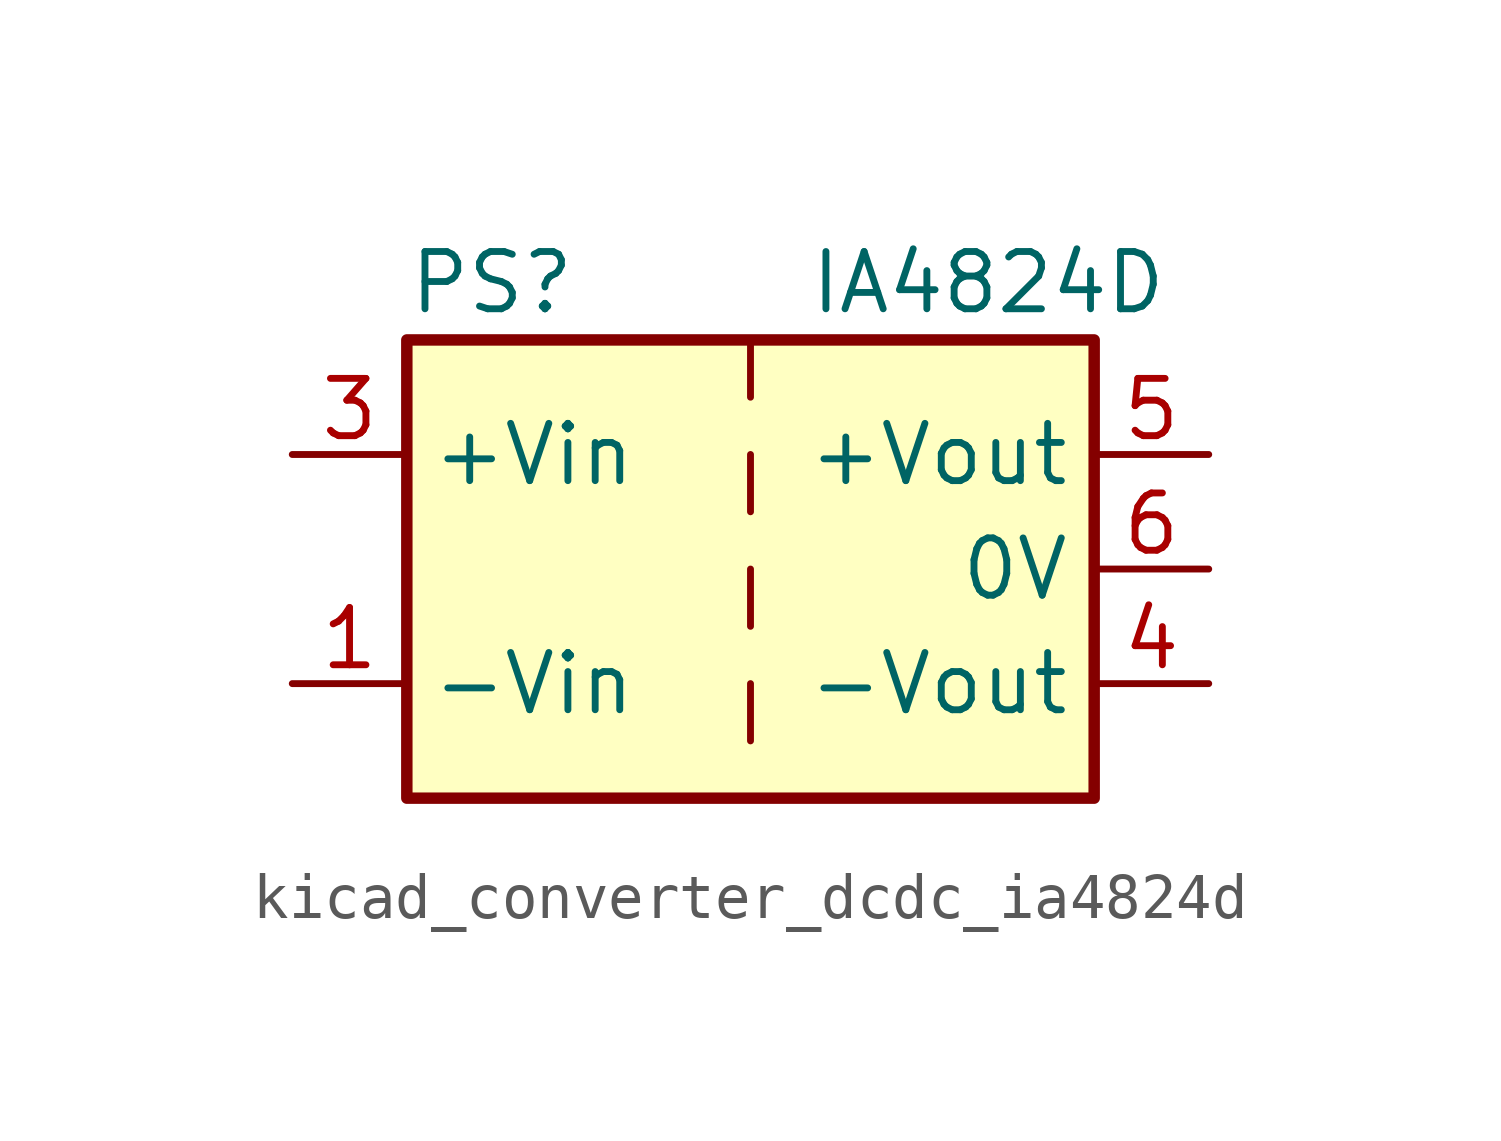
<source format=kicad_sym>
(kicad_symbol_lib
  (version 20220914)
  (generator kicad_symbol_editor)
  (symbol "kicad_converter_dcdc_ia4824d"
    (property "Reference" "PS"
      (at -7.62 6.35 0)
      (effects (font (size 1.27 1.27)) (justify left)))
    (property "Value" "IA4824D"
      (at 1.27 6.35 0)
      (effects (font (size 1.27 1.27)) (justify left)))
    (symbol "kicad_converter_dcdc_ia4824d_0_0"
      (pin power_in line (at -10.16 -2.54 0) (length 2.54) (name "-Vin" (effects (font (size 1.27 1.27)))) (number "1" (effects (font (size 1.27 1.27)))))
      (pin power_in line (at -10.16 2.54 0) (length 2.54) (name "+Vin" (effects (font (size 1.27 1.27)))) (number "3" (effects (font (size 1.27 1.27)))))
      (pin power_out line (at 10.16 -2.54 180) (length 2.54) (name "-Vout" (effects (font (size 1.27 1.27)))) (number "4" (effects (font (size 1.27 1.27)))))
      (pin power_out line (at 10.16 2.54 180) (length 2.54) (name "+Vout" (effects (font (size 1.27 1.27)))) (number "5" (effects (font (size 1.27 1.27)))))
      (pin power_out line (at 10.16 0 180) (length 2.54) (name "0V" (effects (font (size 1.27 1.27)))) (number "6" (effects (font (size 1.27 1.27))))))
    (symbol "kicad_converter_dcdc_ia4824d_0_1"
      (rectangle (start -7.62 5.08) (end 7.62 -5.08) (stroke (width 0.254) (type default)) (fill (type background)))
      (polyline (pts (xy 0 -2.54) (xy 0 -3.81)) (stroke (width 0) (type default)) (fill (type none)))
      (polyline (pts (xy 0 0) (xy 0 -1.27)) (stroke (width 0) (type default)) (fill (type none)))
      (polyline (pts (xy 0 2.54) (xy 0 1.27)) (stroke (width 0) (type default)) (fill (type none)))
      (polyline (pts (xy 0 5.08) (xy 0 3.81)) (stroke (width 0) (type default)) (fill (type none))))
    (symbol "kicad_converter_dcdc_ia4824d_1_1"
      (pin no_connect line (at 0 -5.08 90) (length 2.54) hide (name "NC" (effects (font (size 1.27 1.27)))) (number "2" (effects (font (size 1.27 1.27))))))))
</source>
